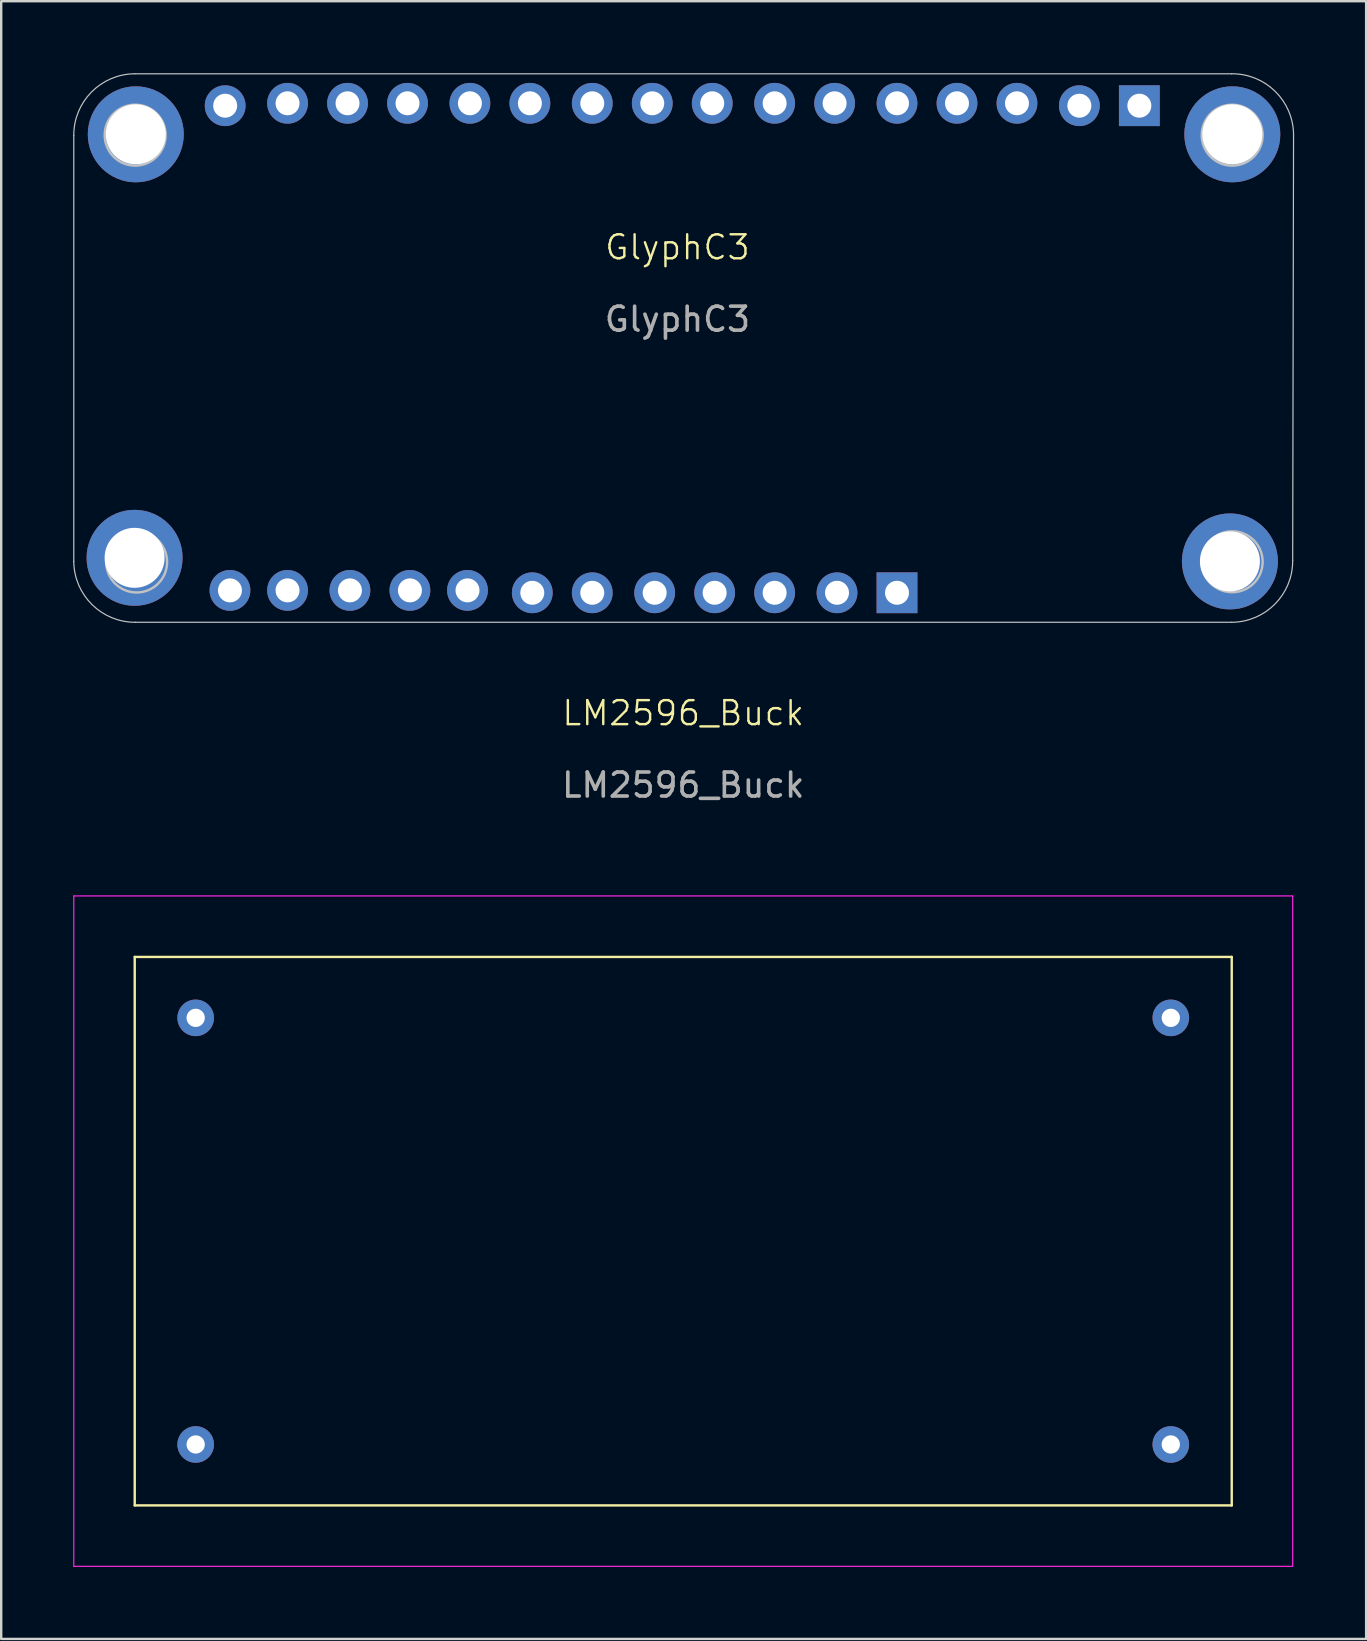
<source format=kicad_pcb>
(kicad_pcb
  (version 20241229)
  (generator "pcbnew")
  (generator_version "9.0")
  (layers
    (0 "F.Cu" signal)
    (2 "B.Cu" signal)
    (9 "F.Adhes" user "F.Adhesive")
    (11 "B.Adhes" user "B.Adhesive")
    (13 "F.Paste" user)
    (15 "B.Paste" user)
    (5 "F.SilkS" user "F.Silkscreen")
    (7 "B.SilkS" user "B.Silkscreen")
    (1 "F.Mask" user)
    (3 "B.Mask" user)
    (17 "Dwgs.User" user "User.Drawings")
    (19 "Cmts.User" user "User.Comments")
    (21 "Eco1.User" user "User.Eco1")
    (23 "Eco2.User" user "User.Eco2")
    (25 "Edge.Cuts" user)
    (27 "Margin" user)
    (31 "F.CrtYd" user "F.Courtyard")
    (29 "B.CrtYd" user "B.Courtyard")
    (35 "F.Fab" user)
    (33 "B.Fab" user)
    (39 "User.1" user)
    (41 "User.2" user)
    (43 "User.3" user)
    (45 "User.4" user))
  (footprint "LM2596_Buck"
    (layer "F.Cu")
    (at 25.425 46.991)
    (property "Reference" "LM2596_Buck" (at 0 -20.32 0) (unlocked yes) (layer "F.SilkS") (effects (font (size 1 1) (thickness 0.1))))
    (attr through_hole)
    (fp_line (start -22.86 -10.16) (end 22.86 -10.16) (stroke (width 0.1) (type default)) (layer "F.SilkS"))
    (fp_line (start -22.86 12.7) (end -22.86 -10.16) (stroke (width 0.1) (type default)) (layer "F.SilkS"))
    (fp_line (start 22.86 -10.16) (end 22.86 12.7) (stroke (width 0.1) (type default)) (layer "F.SilkS"))
    (fp_line (start 22.86 12.7) (end -22.86 12.7) (stroke (width 0.1) (type default)) (layer "F.SilkS"))
    (fp_line (start -25.4 -12.7) (end 25.4 -12.7) (stroke (width 0.05) (type default)) (layer "F.CrtYd"))
    (fp_line (start -25.4 15.24) (end -25.4 -12.7) (stroke (width 0.05) (type default)) (layer "F.CrtYd"))
    (fp_line (start 25.4 -12.7) (end 25.4 15.24) (stroke (width 0.05) (type default)) (layer "F.CrtYd"))
    (fp_line (start 25.4 15.24) (end -25.4 15.24) (stroke (width 0.05) (type default)) (layer "F.CrtYd"))
    (fp_text user "${REFERENCE}" (at 0 -17.32 0) (unlocked yes) (layer "F.Fab") (effects (font (size 1 1) (thickness 0.15))))
    (pad "1" thru_hole circle (at -20.32 -7.62) (size 1.524 1.524) (drill 0.762) (layers "*.Cu" "*.Mask"))
    (pad "2" thru_hole circle (at -20.32 10.16) (size 1.524 1.524) (drill 0.762) (layers "*.Cu" "*.Mask"))
    (pad "3" thru_hole circle (at 20.32 -7.62) (size 1.524 1.524) (drill 0.762) (layers "*.Cu" "*.Mask"))
    (pad "4" thru_hole circle (at 20.32 10.16) (size 1.524 1.524) (drill 0.762) (layers "*.Cu" "*.Mask")))
  (footprint "GlyphC3"
    (layer "F.Cu")
    (at 25.434 11.255)
    (property "Reference" "GlyphC3" (at -0.25 -4 0) (unlocked yes) (layer "F.SilkS") (effects (font (size 1 1) (thickness 0.1))))
    (attr smd)
    (fp_line (start -25.409 9.09) (end -25.409 -8.654) (stroke (width 0.05) (type default)) (layer "Dwgs.User"))
    (fp_line (start -22.869 -11.23) (end 22.851 -11.23) (stroke (width 0.05) (type default)) (layer "Dwgs.User"))
    (fp_line (start 22.851 11.63) (end -22.833 11.63) (stroke (width 0.05) (type default)) (layer "Dwgs.User"))
    (fp_line (start 25.427 -8.69) (end 25.391 9.054) (stroke (width 0.05) (type default)) (layer "Dwgs.User"))
    (fp_arc (start -25.40876 -8.653842) (mid -24.672367 -10.467838) (end -22.869019 -11.229935) (stroke (width 0.05) (type default)) (layer "Dwgs.User"))
    (fp_arc (start -22.832926 11.629804) (mid -24.646927 10.893416) (end -25.409019 9.090063) (stroke (width 0.05) (type default)) (layer "Dwgs.User"))
    (fp_arc (start 22.850972 -11.229934) (mid 24.665016 -10.49359) (end 25.427065 -8.690193) (stroke (width 0.05) (type default)) (layer "Dwgs.User"))
    (fp_arc (start 25.390713 9.053971) (mid 24.654337 10.867983) (end 22.850972 11.630064) (stroke (width 0.05) (type default)) (layer "Dwgs.User"))
    (fp_circle (center -22.851 -8.672) (end -21.581 -8.672) (stroke (width 0.1) (type default)) (fill no) (layer "Dwgs.User"))
    (fp_circle (center -22.79 9.118) (end -21.52 9.118) (stroke (width 0.1) (type default)) (fill no) (layer "Dwgs.User"))
    (fp_circle (center 22.869 -8.672) (end 24.139 -8.672) (stroke (width 0.1) (type default)) (fill no) (layer "Dwgs.User"))
    (fp_circle (center 22.869 9.108) (end 24.139 9.108) (stroke (width 0.1) (type default)) (fill no) (layer "Dwgs.User"))
    (fp_text user "${REFERENCE}" (at -0.25 -1 0) (unlocked yes) (layer "F.Fab") (effects (font (size 1 1) (thickness 0.15))))
    (pad "" thru_hole circle (at -22.875 8.943 180) (size 4 4) (drill 2.5) (layers "*.Cu" "*.Mask") (remove_unused_layers yes) (keep_end_layers yes) (zone_layer_connections))
    (pad "" thru_hole circle (at -22.825 -8.707 180) (size 4 4) (drill 2.5) (layers "*.Cu" "*.Mask") (remove_unused_layers yes) (keep_end_layers yes) (zone_layer_connections))
    (pad "" thru_hole circle (at 22.775 9.093 180) (size 4 4) (drill 2.5) (layers "*.Cu" "*.Mask") (remove_unused_layers yes) (keep_end_layers yes) (zone_layer_connections))
    (pad "" thru_hole circle (at 22.875 -8.707 180) (size 4 4) (drill 2.5) (layers "*.Cu" "*.Mask") (remove_unused_layers yes) (keep_end_layers yes) (zone_layer_connections))
    (pad "1" thru_hole oval (at -18.9 10.3 90) (size 1.7 1.7) (drill 1) (layers "*.Cu" "*.Mask"))
    (pad "2" thru_hole oval (at -16.5 10.3 90) (size 1.7 1.7) (drill 1) (layers "*.Cu" "*.Mask"))
    (pad "3" thru_hole oval (at -13.9 10.3 90) (size 1.7 1.7) (drill 1) (layers "*.Cu" "*.Mask"))
    (pad "4" thru_hole oval (at -11.4 10.3 90) (size 1.7 1.7) (drill 1) (layers "*.Cu" "*.Mask"))
    (pad "5" thru_hole oval (at -9 10.3 90) (size 1.7 1.7) (drill 1) (layers "*.Cu" "*.Mask"))
    (pad "6" thru_hole oval (at -6.3 10.4 90) (size 1.7 1.7) (drill 1) (layers "*.Cu" "*.Mask"))
    (pad "7" thru_hole oval (at -3.8 10.4 90) (size 1.7 1.7) (drill 1) (layers "*.Cu" "*.Mask"))
    (pad "8" thru_hole oval (at -1.2 10.4 90) (size 1.7 1.7) (drill 1) (layers "*.Cu" "*.Mask"))
    (pad "9" thru_hole oval (at 1.3 10.4 90) (size 1.7 1.7) (drill 1) (layers "*.Cu" "*.Mask"))
    (pad "10" thru_hole oval (at 3.8 10.4 90) (size 1.7 1.7) (drill 1) (layers "*.Cu" "*.Mask"))
    (pad "11" thru_hole oval (at 6.4 10.4 90) (size 1.7 1.7) (drill 1) (layers "*.Cu" "*.Mask"))
    (pad "12" thru_hole rect (at 8.9 10.4 90) (size 1.7 1.7) (drill 1) (layers "*.Cu" "*.Mask"))
    (pad "13" thru_hole rect (at 19 -9.9 90) (size 1.7 1.7) (drill 1) (layers "*.Cu" "*.Mask"))
    (pad "14" thru_hole oval (at 16.5 -9.9 90) (size 1.7 1.7) (drill 1) (layers "*.Cu" "*.Mask"))
    (pad "15" thru_hole oval (at 13.9 -10 90) (size 1.7 1.7) (drill 1) (layers "*.Cu" "*.Mask"))
    (pad "16" thru_hole oval (at 11.4 -10 90) (size 1.7 1.7) (drill 1) (layers "*.Cu" "*.Mask"))
    (pad "17" thru_hole oval (at 8.9 -10 90) (size 1.7 1.7) (drill 1) (layers "*.Cu" "*.Mask"))
    (pad "18" thru_hole oval (at 6.3 -10 90) (size 1.7 1.7) (drill 1) (layers "*.Cu" "*.Mask"))
    (pad "19" thru_hole oval (at 3.8 -10 90) (size 1.7 1.7) (drill 1) (layers "*.Cu" "*.Mask"))
    (pad "20" thru_hole oval (at 1.2 -10 90) (size 1.7 1.7) (drill 1) (layers "*.Cu" "*.Mask"))
    (pad "21" thru_hole oval (at -1.3 -10 90) (size 1.7 1.7) (drill 1) (layers "*.Cu" "*.Mask"))
    (pad "22" thru_hole oval (at -3.8 -10 90) (size 1.7 1.7) (drill 1) (layers "*.Cu" "*.Mask"))
    (pad "23" thru_hole oval (at -6.4 -10 90) (size 1.7 1.7) (drill 1) (layers "*.Cu" "*.Mask"))
    (pad "24" thru_hole oval (at -8.9 -10 90) (size 1.7 1.7) (drill 1) (layers "*.Cu" "*.Mask"))
    (pad "25" thru_hole oval (at -11.5 -10 90) (size 1.7 1.7) (drill 1) (layers "*.Cu" "*.Mask"))
    (pad "26" thru_hole oval (at -14 -10 90) (size 1.7 1.7) (drill 1) (layers "*.Cu" "*.Mask"))
    (pad "27" thru_hole oval (at -16.5 -10 90) (size 1.7 1.7) (drill 1) (layers "*.Cu" "*.Mask"))
    (pad "28" thru_hole oval (at -19.1 -9.9 90) (size 1.7 1.7) (drill 1) (layers "*.Cu" "*.Mask")))
  (gr_rect
    (start -3 -3)
    (end 53.886 65.256)
    (stroke (width 0.1) (type default))
    (fill no)
    (layer "Edge.Cuts")))
</source>
